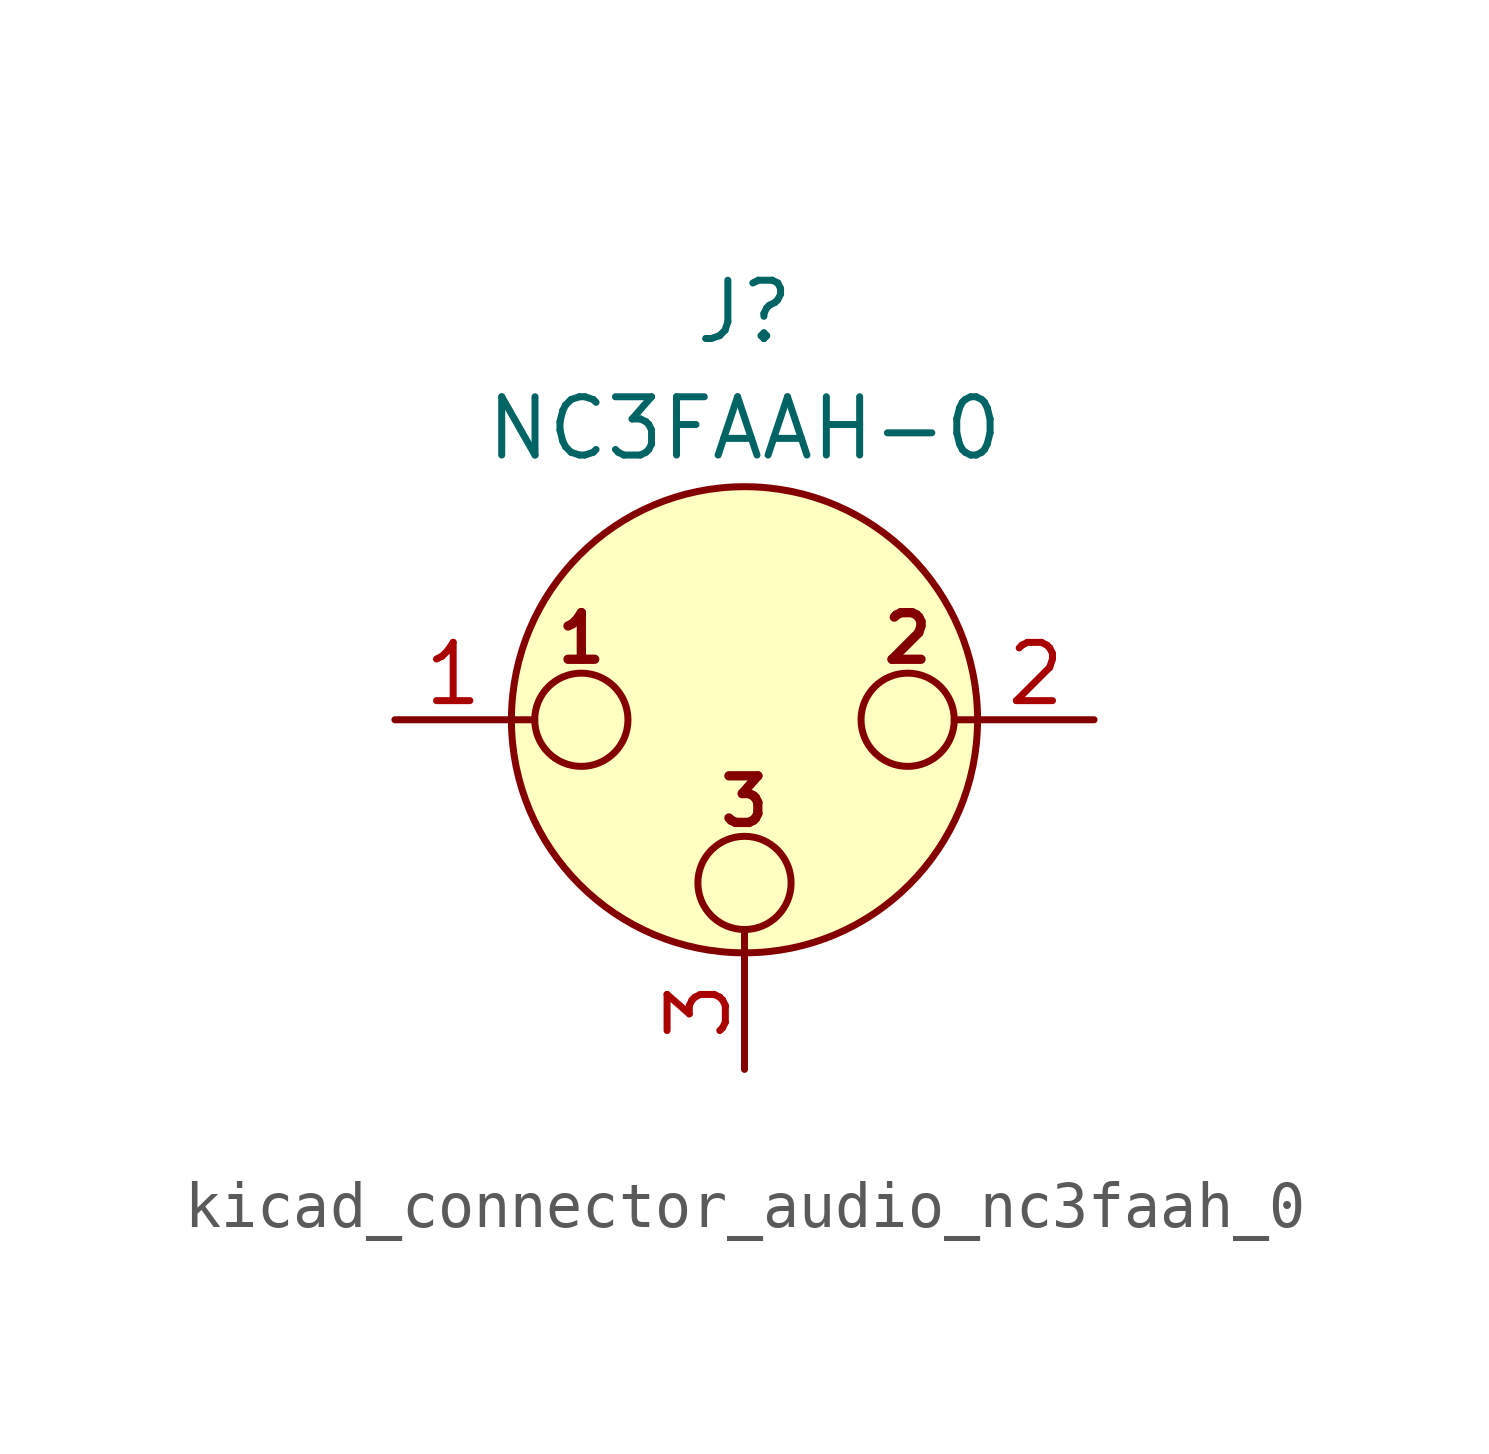
<source format=kicad_sym>
(kicad_symbol_lib
  (version 20220914)
  (generator kicad_symbol_editor)
  (symbol "kicad_connector_audio_nc3faah_0"
    (pin_names hide)
    (property "Reference" "J"
      (at 0 8.89 0)
      (effects (font (size 1.27 1.27))))
    (property "Value" "NC3FAAH-0"
      (at 0 6.35 0)
      (effects (font (size 1.27 1.27))))
    (symbol "kicad_connector_audio_nc3faah_0_0_1"
      (circle (center -3.556 0) (radius 1.016) (stroke (width 0) (type default)) (fill (type none)))
      (circle (center 0 -3.556) (radius 1.016) (stroke (width 0) (type default)) (fill (type none)))
      (polyline (pts (xy -5.08 0) (xy -4.572 0)) (stroke (width 0) (type default)) (fill (type none)))
      (polyline (pts (xy 0 -5.08) (xy 0 -4.572)) (stroke (width 0) (type default)) (fill (type none)))
      (polyline (pts (xy 5.08 0) (xy 4.572 0)) (stroke (width 0) (type default)) (fill (type none)))
      (circle (center 0 0) (radius 5.08) (stroke (width 0) (type default)) (fill (type background)))
      (circle (center 3.556 0) (radius 1.016) (stroke (width 0) (type default)) (fill (type none)))
      (text "1" (at -3.556 1.778 0) (effects (font (size 1.016 1.016) bold)))
      (text "2" (at 3.556 1.778 0) (effects (font (size 1.016 1.016) bold)))
      (text "3" (at 0 -1.778 0) (effects (font (size 1.016 1.016) bold)))
      (pin passive line (at -7.62 0 0) (length 2.54) (name "~" (effects (font (size 1.27 1.27)))) (number "1" (effects (font (size 1.27 1.27)))))
      (pin passive line (at 7.62 0 180) (length 2.54) (name "~" (effects (font (size 1.27 1.27)))) (number "2" (effects (font (size 1.27 1.27)))))
      (pin passive line (at 0 -7.62 90) (length 2.54) (name "~" (effects (font (size 1.27 1.27)))) (number "3" (effects (font (size 1.27 1.27))))))))
</source>
